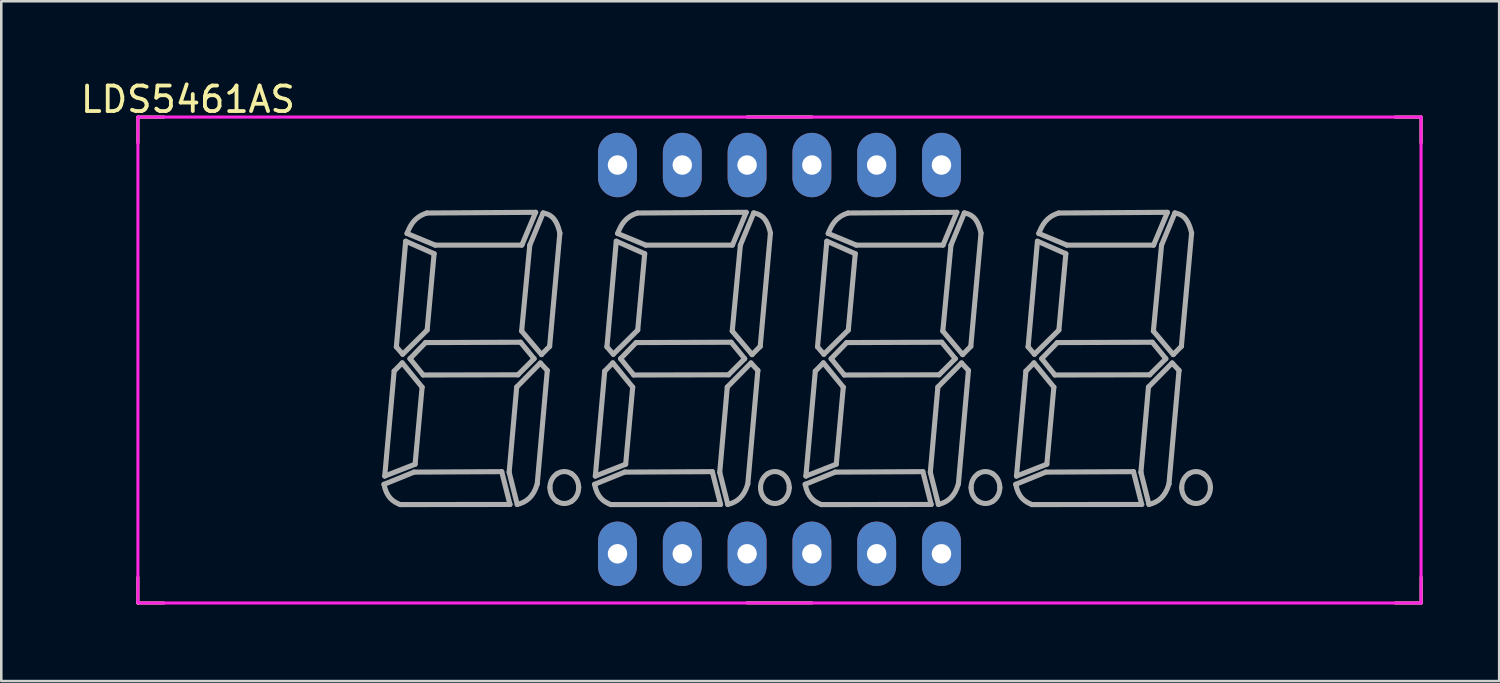
<source format=kicad_pcb>
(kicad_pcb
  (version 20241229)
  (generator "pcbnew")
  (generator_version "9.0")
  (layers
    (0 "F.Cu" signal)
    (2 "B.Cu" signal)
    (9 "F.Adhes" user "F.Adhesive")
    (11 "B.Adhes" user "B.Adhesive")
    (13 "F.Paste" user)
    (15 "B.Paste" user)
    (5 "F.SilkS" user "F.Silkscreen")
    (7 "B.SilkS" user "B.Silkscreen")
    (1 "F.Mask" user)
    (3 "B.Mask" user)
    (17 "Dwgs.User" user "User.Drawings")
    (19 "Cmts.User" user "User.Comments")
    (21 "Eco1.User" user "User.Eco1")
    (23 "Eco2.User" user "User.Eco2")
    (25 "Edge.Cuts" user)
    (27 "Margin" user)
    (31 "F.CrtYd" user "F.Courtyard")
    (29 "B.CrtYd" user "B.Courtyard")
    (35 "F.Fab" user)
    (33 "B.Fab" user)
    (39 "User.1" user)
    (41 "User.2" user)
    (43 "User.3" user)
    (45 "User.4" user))
  (footprint "LDS5461AS"
    (layer "F.Cu")
    (at 27.506 11.059)
    (property "Reference" "LDS5461AS" (at -23.19 -10.211 0) (layer "F.SilkS") (effects (font (size 1 1) (thickness 0.15))))
    (attr through_hole)
    (fp_line (start -25.151 9.53) (end -25.151 8.514) (stroke (width 0.12) (type solid)) (layer "F.SilkS"))
    (fp_line (start -25.151 9.53) (end -24.135 9.53) (stroke (width 0.12) (type solid)) (layer "F.SilkS"))
    (fp_line (start -25.149 -9.52) (end -25.149 -8.504) (stroke (width 0.12) (type solid)) (layer "F.SilkS"))
    (fp_line (start -25.149 -9.52) (end -24.133 -9.52) (stroke (width 0.12) (type solid)) (layer "F.SilkS"))
    (fp_line (start -1.27 -9.525) (end 1.27 -9.525) (stroke (width 0.12) (type solid)) (layer "F.SilkS"))
    (fp_line (start -1.27 9.525) (end 1.27 9.525) (stroke (width 0.12) (type solid)) (layer "F.SilkS"))
    (fp_line (start 25.151 -9.52) (end 24.135 -9.52) (stroke (width 0.12) (type solid)) (layer "F.SilkS"))
    (fp_line (start 25.151 -9.52) (end 25.151 -8.504) (stroke (width 0.12) (type solid)) (layer "F.SilkS"))
    (fp_line (start 25.154 9.53) (end 24.138 9.53) (stroke (width 0.12) (type solid)) (layer "F.SilkS"))
    (fp_line (start 25.154 9.53) (end 25.154 8.514) (stroke (width 0.12) (type solid)) (layer "F.SilkS"))
    (fp_line (start -25.15 -9.52) (end -25.15 9.48) (stroke (width 0.12) (type solid)) (layer "F.CrtYd"))
    (fp_line (start -25.15 -9.52) (end 25.15 -9.52) (stroke (width 0.12) (type solid)) (layer "F.CrtYd"))
    (fp_line (start -25.15 9.53) (end 25.15 9.53) (stroke (width 0.12) (type solid)) (layer "F.CrtYd"))
    (fp_line (start 25.15 -9.52) (end 25.15 9.53) (stroke (width 0.12) (type solid)) (layer "F.CrtYd"))
    (fp_line (start -15.474 4.553) (end -15.105 0.439) (stroke (width 0.2) (type solid)) (layer "F.Fab"))
    (fp_line (start -15.105 0.439) (end -14.789 0.116) (stroke (width 0.2) (type solid)) (layer "F.Fab"))
    (fp_line (start -15.019 -0.512) (end -14.77 -0.222) (stroke (width 0.2) (type solid)) (layer "F.Fab"))
    (fp_line (start -14.867 5.671) (end -10.564 5.666) (stroke (width 0.2) (type solid)) (layer "F.Fab"))
    (fp_line (start -14.789 0.116) (end -14.009 1.069) (stroke (width 0.2) (type solid)) (layer "F.Fab"))
    (fp_line (start -14.77 -0.222) (end -13.812 -1.17) (stroke (width 0.2) (type solid)) (layer "F.Fab"))
    (fp_line (start -14.653 -4.653) (end -15.019 -0.512) (stroke (width 0.2) (type solid)) (layer "F.Fab"))
    (fp_line (start -14.6 -4.956) (end -13.5 -4.5) (stroke (width 0.2) (type solid)) (layer "F.Fab"))
    (fp_line (start -14.485 -0.048) (end -13.968 0.591) (stroke (width 0.2) (type solid)) (layer "F.Fab"))
    (fp_line (start -14.325 4.398) (end -15.503 4.877) (stroke (width 0.2) (type solid)) (layer "F.Fab"))
    (fp_line (start -14.284 4.088) (end -15.474 4.553) (stroke (width 0.2) (type solid)) (layer "F.Fab"))
    (fp_line (start -14.009 1.069) (end -14.284 4.088) (stroke (width 0.2) (type solid)) (layer "F.Fab"))
    (fp_line (start -13.968 0.591) (end -10.252 0.584) (stroke (width 0.2) (type solid)) (layer "F.Fab"))
    (fp_line (start -13.875 -0.68) (end -14.485 -0.048) (stroke (width 0.2) (type solid)) (layer "F.Fab"))
    (fp_line (start -13.812 -1.17) (end -13.539 -4.163) (stroke (width 0.2) (type solid)) (layer "F.Fab"))
    (fp_line (start -13.539 -4.163) (end -14.653 -4.653) (stroke (width 0.2) (type solid)) (layer "F.Fab"))
    (fp_line (start -13.5 -4.5) (end -10.1 -4.5) (stroke (width 0.2) (type solid)) (layer "F.Fab"))
    (fp_line (start -10.888 4.38) (end -14.325 4.398) (stroke (width 0.2) (type solid)) (layer "F.Fab"))
    (fp_line (start -10.597 4.407) (end -10.301 1.064) (stroke (width 0.2) (type solid)) (layer "F.Fab"))
    (fp_line (start -10.564 5.666) (end -10.888 4.38) (stroke (width 0.2) (type solid)) (layer "F.Fab"))
    (fp_line (start -10.301 1.064) (end -9.373 0.12) (stroke (width 0.2) (type solid)) (layer "F.Fab"))
    (fp_line (start -10.281 5.666) (end -10.597 4.407) (stroke (width 0.2) (type solid)) (layer "F.Fab"))
    (fp_line (start -10.252 0.584) (end -9.619 -0.048) (stroke (width 0.2) (type solid)) (layer "F.Fab"))
    (fp_line (start -10.148 -0.693) (end -13.875 -0.68) (stroke (width 0.2) (type solid)) (layer "F.Fab"))
    (fp_line (start -10.107 -1.131) (end -9.329 -0.209) (stroke (width 0.2) (type solid)) (layer "F.Fab"))
    (fp_line (start -10.1 -4.5) (end -9.558 -5.786) (stroke (width 0.2) (type solid)) (layer "F.Fab"))
    (fp_line (start -9.788 -4.498) (end -10.107 -1.131) (stroke (width 0.2) (type solid)) (layer "F.Fab"))
    (fp_line (start -9.619 -0.048) (end -10.148 -0.693) (stroke (width 0.2) (type solid)) (layer "F.Fab"))
    (fp_line (start -9.558 -5.786) (end -13.82 -5.759) (stroke (width 0.2) (type solid)) (layer "F.Fab"))
    (fp_line (start -9.373 0.12) (end -9.102 0.412) (stroke (width 0.2) (type solid)) (layer "F.Fab"))
    (fp_line (start -9.329 -0.209) (end -9.01 -0.531) (stroke (width 0.2) (type solid)) (layer "F.Fab"))
    (fp_line (start -9.265 -5.762) (end -9.788 -4.498) (stroke (width 0.2) (type solid)) (layer "F.Fab"))
    (fp_line (start -9.102 0.412) (end -9.496 4.859) (stroke (width 0.2) (type solid)) (layer "F.Fab"))
    (fp_line (start -9.01 -0.531) (end -8.609 -4.969) (stroke (width 0.2) (type solid)) (layer "F.Fab"))
    (fp_line (start -7.219 4.553) (end -6.85 0.439) (stroke (width 0.2) (type solid)) (layer "F.Fab"))
    (fp_line (start -6.85 0.439) (end -6.534 0.116) (stroke (width 0.2) (type solid)) (layer "F.Fab"))
    (fp_line (start -6.764 -0.512) (end -6.515 -0.222) (stroke (width 0.2) (type solid)) (layer "F.Fab"))
    (fp_line (start -6.612 5.671) (end -2.309 5.666) (stroke (width 0.2) (type solid)) (layer "F.Fab"))
    (fp_line (start -6.534 0.116) (end -5.754 1.069) (stroke (width 0.2) (type solid)) (layer "F.Fab"))
    (fp_line (start -6.515 -0.222) (end -5.557 -1.17) (stroke (width 0.2) (type solid)) (layer "F.Fab"))
    (fp_line (start -6.398 -4.653) (end -6.764 -0.512) (stroke (width 0.2) (type solid)) (layer "F.Fab"))
    (fp_line (start -6.345 -4.956) (end -5.245 -4.5) (stroke (width 0.2) (type solid)) (layer "F.Fab"))
    (fp_line (start -6.23 -0.048) (end -5.713 0.591) (stroke (width 0.2) (type solid)) (layer "F.Fab"))
    (fp_line (start -6.07 4.398) (end -7.248 4.877) (stroke (width 0.2) (type solid)) (layer "F.Fab"))
    (fp_line (start -6.029 4.088) (end -7.219 4.553) (stroke (width 0.2) (type solid)) (layer "F.Fab"))
    (fp_line (start -5.754 1.069) (end -6.029 4.088) (stroke (width 0.2) (type solid)) (layer "F.Fab"))
    (fp_line (start -5.713 0.591) (end -1.997 0.584) (stroke (width 0.2) (type solid)) (layer "F.Fab"))
    (fp_line (start -5.62 -0.68) (end -6.23 -0.048) (stroke (width 0.2) (type solid)) (layer "F.Fab"))
    (fp_line (start -5.557 -1.17) (end -5.284 -4.163) (stroke (width 0.2) (type solid)) (layer "F.Fab"))
    (fp_line (start -5.284 -4.163) (end -6.398 -4.653) (stroke (width 0.2) (type solid)) (layer "F.Fab"))
    (fp_line (start -5.245 -4.5) (end -1.845 -4.5) (stroke (width 0.2) (type solid)) (layer "F.Fab"))
    (fp_line (start -2.633 4.38) (end -6.07 4.398) (stroke (width 0.2) (type solid)) (layer "F.Fab"))
    (fp_line (start -2.342 4.407) (end -2.046 1.064) (stroke (width 0.2) (type solid)) (layer "F.Fab"))
    (fp_line (start -2.309 5.666) (end -2.633 4.38) (stroke (width 0.2) (type solid)) (layer "F.Fab"))
    (fp_line (start -2.046 1.064) (end -1.118 0.12) (stroke (width 0.2) (type solid)) (layer "F.Fab"))
    (fp_line (start -2.026 5.666) (end -2.342 4.407) (stroke (width 0.2) (type solid)) (layer "F.Fab"))
    (fp_line (start -1.997 0.584) (end -1.364 -0.048) (stroke (width 0.2) (type solid)) (layer "F.Fab"))
    (fp_line (start -1.893 -0.693) (end -5.62 -0.68) (stroke (width 0.2) (type solid)) (layer "F.Fab"))
    (fp_line (start -1.852 -1.131) (end -1.074 -0.209) (stroke (width 0.2) (type solid)) (layer "F.Fab"))
    (fp_line (start -1.845 -4.5) (end -1.303 -5.786) (stroke (width 0.2) (type solid)) (layer "F.Fab"))
    (fp_line (start -1.533 -4.498) (end -1.852 -1.131) (stroke (width 0.2) (type solid)) (layer "F.Fab"))
    (fp_line (start -1.364 -0.048) (end -1.893 -0.693) (stroke (width 0.2) (type solid)) (layer "F.Fab"))
    (fp_line (start -1.303 -5.786) (end -5.565 -5.759) (stroke (width 0.2) (type solid)) (layer "F.Fab"))
    (fp_line (start -1.118 0.12) (end -0.847 0.412) (stroke (width 0.2) (type solid)) (layer "F.Fab"))
    (fp_line (start -1.074 -0.209) (end -0.755 -0.531) (stroke (width 0.2) (type solid)) (layer "F.Fab"))
    (fp_line (start -1.01 -5.762) (end -1.533 -4.498) (stroke (width 0.2) (type solid)) (layer "F.Fab"))
    (fp_line (start -0.847 0.412) (end -1.241 4.859) (stroke (width 0.2) (type solid)) (layer "F.Fab"))
    (fp_line (start -0.755 -0.531) (end -0.354 -4.969) (stroke (width 0.2) (type solid)) (layer "F.Fab"))
    (fp_line (start 1.036 4.553) (end 1.405 0.439) (stroke (width 0.2) (type solid)) (layer "F.Fab"))
    (fp_line (start 1.405 0.439) (end 1.721 0.116) (stroke (width 0.2) (type solid)) (layer "F.Fab"))
    (fp_line (start 1.491 -0.512) (end 1.74 -0.222) (stroke (width 0.2) (type solid)) (layer "F.Fab"))
    (fp_line (start 1.643 5.671) (end 5.946 5.666) (stroke (width 0.2) (type solid)) (layer "F.Fab"))
    (fp_line (start 1.721 0.116) (end 2.501 1.069) (stroke (width 0.2) (type solid)) (layer "F.Fab"))
    (fp_line (start 1.74 -0.222) (end 2.698 -1.17) (stroke (width 0.2) (type solid)) (layer "F.Fab"))
    (fp_line (start 1.857 -4.653) (end 1.491 -0.512) (stroke (width 0.2) (type solid)) (layer "F.Fab"))
    (fp_line (start 1.91 -4.956) (end 3.01 -4.5) (stroke (width 0.2) (type solid)) (layer "F.Fab"))
    (fp_line (start 2.025 -0.048) (end 2.542 0.591) (stroke (width 0.2) (type solid)) (layer "F.Fab"))
    (fp_line (start 2.185 4.398) (end 1.007 4.877) (stroke (width 0.2) (type solid)) (layer "F.Fab"))
    (fp_line (start 2.226 4.088) (end 1.036 4.553) (stroke (width 0.2) (type solid)) (layer "F.Fab"))
    (fp_line (start 2.501 1.069) (end 2.226 4.088) (stroke (width 0.2) (type solid)) (layer "F.Fab"))
    (fp_line (start 2.542 0.591) (end 6.258 0.584) (stroke (width 0.2) (type solid)) (layer "F.Fab"))
    (fp_line (start 2.635 -0.68) (end 2.025 -0.048) (stroke (width 0.2) (type solid)) (layer "F.Fab"))
    (fp_line (start 2.698 -1.17) (end 2.971 -4.163) (stroke (width 0.2) (type solid)) (layer "F.Fab"))
    (fp_line (start 2.971 -4.163) (end 1.857 -4.653) (stroke (width 0.2) (type solid)) (layer "F.Fab"))
    (fp_line (start 3.01 -4.5) (end 6.41 -4.5) (stroke (width 0.2) (type solid)) (layer "F.Fab"))
    (fp_line (start 5.622 4.38) (end 2.185 4.398) (stroke (width 0.2) (type solid)) (layer "F.Fab"))
    (fp_line (start 5.913 4.407) (end 6.209 1.064) (stroke (width 0.2) (type solid)) (layer "F.Fab"))
    (fp_line (start 5.946 5.666) (end 5.622 4.38) (stroke (width 0.2) (type solid)) (layer "F.Fab"))
    (fp_line (start 6.209 1.064) (end 7.137 0.12) (stroke (width 0.2) (type solid)) (layer "F.Fab"))
    (fp_line (start 6.229 5.666) (end 5.913 4.407) (stroke (width 0.2) (type solid)) (layer "F.Fab"))
    (fp_line (start 6.258 0.584) (end 6.891 -0.048) (stroke (width 0.2) (type solid)) (layer "F.Fab"))
    (fp_line (start 6.362 -0.693) (end 2.635 -0.68) (stroke (width 0.2) (type solid)) (layer "F.Fab"))
    (fp_line (start 6.403 -1.131) (end 7.181 -0.209) (stroke (width 0.2) (type solid)) (layer "F.Fab"))
    (fp_line (start 6.41 -4.5) (end 6.952 -5.786) (stroke (width 0.2) (type solid)) (layer "F.Fab"))
    (fp_line (start 6.722 -4.498) (end 6.403 -1.131) (stroke (width 0.2) (type solid)) (layer "F.Fab"))
    (fp_line (start 6.891 -0.048) (end 6.362 -0.693) (stroke (width 0.2) (type solid)) (layer "F.Fab"))
    (fp_line (start 6.952 -5.786) (end 2.69 -5.759) (stroke (width 0.2) (type solid)) (layer "F.Fab"))
    (fp_line (start 7.137 0.12) (end 7.408 0.412) (stroke (width 0.2) (type solid)) (layer "F.Fab"))
    (fp_line (start 7.181 -0.209) (end 7.5 -0.531) (stroke (width 0.2) (type solid)) (layer "F.Fab"))
    (fp_line (start 7.245 -5.762) (end 6.722 -4.498) (stroke (width 0.2) (type solid)) (layer "F.Fab"))
    (fp_line (start 7.408 0.412) (end 7.014 4.859) (stroke (width 0.2) (type solid)) (layer "F.Fab"))
    (fp_line (start 7.5 -0.531) (end 7.901 -4.969) (stroke (width 0.2) (type solid)) (layer "F.Fab"))
    (fp_line (start 9.291 4.553) (end 9.66 0.439) (stroke (width 0.2) (type solid)) (layer "F.Fab"))
    (fp_line (start 9.66 0.439) (end 9.976 0.116) (stroke (width 0.2) (type solid)) (layer "F.Fab"))
    (fp_line (start 9.746 -0.512) (end 9.995 -0.222) (stroke (width 0.2) (type solid)) (layer "F.Fab"))
    (fp_line (start 9.898 5.671) (end 14.201 5.666) (stroke (width 0.2) (type solid)) (layer "F.Fab"))
    (fp_line (start 9.976 0.116) (end 10.756 1.069) (stroke (width 0.2) (type solid)) (layer "F.Fab"))
    (fp_line (start 9.995 -0.222) (end 10.953 -1.17) (stroke (width 0.2) (type solid)) (layer "F.Fab"))
    (fp_line (start 10.112 -4.653) (end 9.746 -0.512) (stroke (width 0.2) (type solid)) (layer "F.Fab"))
    (fp_line (start 10.165 -4.956) (end 11.265 -4.5) (stroke (width 0.2) (type solid)) (layer "F.Fab"))
    (fp_line (start 10.28 -0.048) (end 10.797 0.591) (stroke (width 0.2) (type solid)) (layer "F.Fab"))
    (fp_line (start 10.44 4.398) (end 9.262 4.877) (stroke (width 0.2) (type solid)) (layer "F.Fab"))
    (fp_line (start 10.481 4.088) (end 9.291 4.553) (stroke (width 0.2) (type solid)) (layer "F.Fab"))
    (fp_line (start 10.756 1.069) (end 10.481 4.088) (stroke (width 0.2) (type solid)) (layer "F.Fab"))
    (fp_line (start 10.797 0.591) (end 14.513 0.584) (stroke (width 0.2) (type solid)) (layer "F.Fab"))
    (fp_line (start 10.89 -0.68) (end 10.28 -0.048) (stroke (width 0.2) (type solid)) (layer "F.Fab"))
    (fp_line (start 10.953 -1.17) (end 11.226 -4.163) (stroke (width 0.2) (type solid)) (layer "F.Fab"))
    (fp_line (start 11.226 -4.163) (end 10.112 -4.653) (stroke (width 0.2) (type solid)) (layer "F.Fab"))
    (fp_line (start 11.265 -4.5) (end 14.665 -4.5) (stroke (width 0.2) (type solid)) (layer "F.Fab"))
    (fp_line (start 13.877 4.38) (end 10.44 4.398) (stroke (width 0.2) (type solid)) (layer "F.Fab"))
    (fp_line (start 14.168 4.407) (end 14.464 1.064) (stroke (width 0.2) (type solid)) (layer "F.Fab"))
    (fp_line (start 14.201 5.666) (end 13.877 4.38) (stroke (width 0.2) (type solid)) (layer "F.Fab"))
    (fp_line (start 14.464 1.064) (end 15.392 0.12) (stroke (width 0.2) (type solid)) (layer "F.Fab"))
    (fp_line (start 14.484 5.666) (end 14.168 4.407) (stroke (width 0.2) (type solid)) (layer "F.Fab"))
    (fp_line (start 14.513 0.584) (end 15.146 -0.048) (stroke (width 0.2) (type solid)) (layer "F.Fab"))
    (fp_line (start 14.617 -0.693) (end 10.89 -0.68) (stroke (width 0.2) (type solid)) (layer "F.Fab"))
    (fp_line (start 14.658 -1.131) (end 15.436 -0.209) (stroke (width 0.2) (type solid)) (layer "F.Fab"))
    (fp_line (start 14.665 -4.5) (end 15.207 -5.786) (stroke (width 0.2) (type solid)) (layer "F.Fab"))
    (fp_line (start 14.977 -4.498) (end 14.658 -1.131) (stroke (width 0.2) (type solid)) (layer "F.Fab"))
    (fp_line (start 15.146 -0.048) (end 14.617 -0.693) (stroke (width 0.2) (type solid)) (layer "F.Fab"))
    (fp_line (start 15.207 -5.786) (end 10.945 -5.759) (stroke (width 0.2) (type solid)) (layer "F.Fab"))
    (fp_line (start 15.392 0.12) (end 15.663 0.412) (stroke (width 0.2) (type solid)) (layer "F.Fab"))
    (fp_line (start 15.436 -0.209) (end 15.755 -0.531) (stroke (width 0.2) (type solid)) (layer "F.Fab"))
    (fp_line (start 15.5 -5.762) (end 14.977 -4.498) (stroke (width 0.2) (type solid)) (layer "F.Fab"))
    (fp_line (start 15.663 0.412) (end 15.269 4.859) (stroke (width 0.2) (type solid)) (layer "F.Fab"))
    (fp_line (start 15.755 -0.531) (end 16.156 -4.969) (stroke (width 0.2) (type solid)) (layer "F.Fab"))
    (fp_curve (pts (xy -15.503 4.877) (xy -15.404 5.386) (xy -15.15 5.559) (xy -14.867 5.671)) (stroke (width 0.2) (type solid)) (layer "F.Fab"))
    (fp_curve (pts (xy -13.82 -5.759) (xy -14.313 -5.603) (xy -14.467 -5.285) (xy -14.6 -4.956)) (stroke (width 0.2) (type solid)) (layer "F.Fab"))
    (fp_curve (pts (xy -9.496 4.859) (xy -9.649 5.39) (xy -9.943 5.582) (xy -10.281 5.666)) (stroke (width 0.2) (type solid)) (layer "F.Fab"))
    (fp_curve (pts (xy -8.998 5.003) (xy -8.998 4.779) (xy -8.891 4.573) (xy -8.716 4.461)) (stroke (width 0.2) (type solid)) (layer "F.Fab"))
    (fp_curve (pts (xy -8.716 4.461) (xy -8.542 4.349) (xy -8.327 4.349) (xy -8.153 4.461)) (stroke (width 0.2) (type solid)) (layer "F.Fab"))
    (fp_curve (pts (xy -8.716 5.545) (xy -8.891 5.433) (xy -8.998 5.226) (xy -8.998 5.003)) (stroke (width 0.2) (type solid)) (layer "F.Fab"))
    (fp_curve (pts (xy -8.609 -4.969) (xy -8.759 -5.645) (xy -9.05 -5.715) (xy -9.265 -5.762)) (stroke (width 0.2) (type solid)) (layer "F.Fab"))
    (fp_curve (pts (xy -8.153 4.461) (xy -7.979 4.573) (xy -7.872 4.779) (xy -7.872 5.003)) (stroke (width 0.2) (type solid)) (layer "F.Fab"))
    (fp_curve (pts (xy -8.153 5.545) (xy -8.327 5.656) (xy -8.542 5.656) (xy -8.716 5.545)) (stroke (width 0.2) (type solid)) (layer "F.Fab"))
    (fp_curve (pts (xy -7.872 5.003) (xy -7.872 5.226) (xy -7.979 5.433) (xy -8.153 5.545)) (stroke (width 0.2) (type solid)) (layer "F.Fab"))
    (fp_curve (pts (xy -7.248 4.877) (xy -7.149 5.386) (xy -6.895 5.559) (xy -6.612 5.671)) (stroke (width 0.2) (type solid)) (layer "F.Fab"))
    (fp_curve (pts (xy -5.565 -5.759) (xy -6.058 -5.603) (xy -6.212 -5.285) (xy -6.345 -4.956)) (stroke (width 0.2) (type solid)) (layer "F.Fab"))
    (fp_curve (pts (xy -1.241 4.859) (xy -1.394 5.39) (xy -1.688 5.582) (xy -2.026 5.666)) (stroke (width 0.2) (type solid)) (layer "F.Fab"))
    (fp_curve (pts (xy -0.743 5.003) (xy -0.743 4.779) (xy -0.636 4.573) (xy -0.461 4.461)) (stroke (width 0.2) (type solid)) (layer "F.Fab"))
    (fp_curve (pts (xy -0.461 4.461) (xy -0.287 4.349) (xy -0.072 4.349) (xy 0.102 4.461)) (stroke (width 0.2) (type solid)) (layer "F.Fab"))
    (fp_curve (pts (xy -0.461 5.545) (xy -0.636 5.433) (xy -0.743 5.226) (xy -0.743 5.003)) (stroke (width 0.2) (type solid)) (layer "F.Fab"))
    (fp_curve (pts (xy -0.354 -4.969) (xy -0.504 -5.645) (xy -0.795 -5.715) (xy -1.01 -5.762)) (stroke (width 0.2) (type solid)) (layer "F.Fab"))
    (fp_curve (pts (xy 0.102 4.461) (xy 0.276 4.573) (xy 0.383 4.779) (xy 0.383 5.003)) (stroke (width 0.2) (type solid)) (layer "F.Fab"))
    (fp_curve (pts (xy 0.102 5.545) (xy -0.072 5.656) (xy -0.287 5.656) (xy -0.461 5.545)) (stroke (width 0.2) (type solid)) (layer "F.Fab"))
    (fp_curve (pts (xy 0.383 5.003) (xy 0.383 5.226) (xy 0.276 5.433) (xy 0.102 5.545)) (stroke (width 0.2) (type solid)) (layer "F.Fab"))
    (fp_curve (pts (xy 1.007 4.877) (xy 1.106 5.386) (xy 1.36 5.559) (xy 1.643 5.671)) (stroke (width 0.2) (type solid)) (layer "F.Fab"))
    (fp_curve (pts (xy 2.69 -5.759) (xy 2.197 -5.603) (xy 2.043 -5.285) (xy 1.91 -4.956)) (stroke (width 0.2) (type solid)) (layer "F.Fab"))
    (fp_curve (pts (xy 7.014 4.859) (xy 6.861 5.39) (xy 6.567 5.582) (xy 6.229 5.666)) (stroke (width 0.2) (type solid)) (layer "F.Fab"))
    (fp_curve (pts (xy 7.512 5.003) (xy 7.512 4.779) (xy 7.619 4.573) (xy 7.794 4.461)) (stroke (width 0.2) (type solid)) (layer "F.Fab"))
    (fp_curve (pts (xy 7.794 4.461) (xy 7.968 4.349) (xy 8.183 4.349) (xy 8.357 4.461)) (stroke (width 0.2) (type solid)) (layer "F.Fab"))
    (fp_curve (pts (xy 7.794 5.545) (xy 7.619 5.433) (xy 7.512 5.226) (xy 7.512 5.003)) (stroke (width 0.2) (type solid)) (layer "F.Fab"))
    (fp_curve (pts (xy 7.901 -4.969) (xy 7.751 -5.645) (xy 7.46 -5.715) (xy 7.245 -5.762)) (stroke (width 0.2) (type solid)) (layer "F.Fab"))
    (fp_curve (pts (xy 8.357 4.461) (xy 8.531 4.573) (xy 8.638 4.779) (xy 8.638 5.003)) (stroke (width 0.2) (type solid)) (layer "F.Fab"))
    (fp_curve (pts (xy 8.357 5.545) (xy 8.183 5.656) (xy 7.968 5.656) (xy 7.794 5.545)) (stroke (width 0.2) (type solid)) (layer "F.Fab"))
    (fp_curve (pts (xy 8.638 5.003) (xy 8.638 5.226) (xy 8.531 5.433) (xy 8.357 5.545)) (stroke (width 0.2) (type solid)) (layer "F.Fab"))
    (fp_curve (pts (xy 9.262 4.877) (xy 9.361 5.386) (xy 9.615 5.559) (xy 9.898 5.671)) (stroke (width 0.2) (type solid)) (layer "F.Fab"))
    (fp_curve (pts (xy 10.945 -5.759) (xy 10.452 -5.603) (xy 10.298 -5.285) (xy 10.165 -4.956)) (stroke (width 0.2) (type solid)) (layer "F.Fab"))
    (fp_curve (pts (xy 15.269 4.859) (xy 15.116 5.39) (xy 14.822 5.582) (xy 14.484 5.666)) (stroke (width 0.2) (type solid)) (layer "F.Fab"))
    (fp_curve (pts (xy 15.767 5.003) (xy 15.767 4.779) (xy 15.874 4.573) (xy 16.049 4.461)) (stroke (width 0.2) (type solid)) (layer "F.Fab"))
    (fp_curve (pts (xy 16.049 4.461) (xy 16.223 4.349) (xy 16.438 4.349) (xy 16.612 4.461)) (stroke (width 0.2) (type solid)) (layer "F.Fab"))
    (fp_curve (pts (xy 16.049 5.545) (xy 15.874 5.433) (xy 15.767 5.226) (xy 15.767 5.003)) (stroke (width 0.2) (type solid)) (layer "F.Fab"))
    (fp_curve (pts (xy 16.156 -4.969) (xy 16.006 -5.645) (xy 15.715 -5.715) (xy 15.5 -5.762)) (stroke (width 0.2) (type solid)) (layer "F.Fab"))
    (fp_curve (pts (xy 16.612 4.461) (xy 16.786 4.573) (xy 16.893 4.779) (xy 16.893 5.003)) (stroke (width 0.2) (type solid)) (layer "F.Fab"))
    (fp_curve (pts (xy 16.612 5.545) (xy 16.438 5.656) (xy 16.223 5.656) (xy 16.049 5.545)) (stroke (width 0.2) (type solid)) (layer "F.Fab"))
    (fp_curve (pts (xy 16.893 5.003) (xy 16.893 5.226) (xy 16.786 5.433) (xy 16.612 5.545)) (stroke (width 0.2) (type solid)) (layer "F.Fab"))
    (pad "1" thru_hole oval (at -6.35 7.6) (size 1.524 2.524) (drill 0.762) (layers "*.Cu" "*.Mask"))
    (pad "2" thru_hole oval (at -3.81 7.6) (size 1.524 2.524) (drill 0.762) (layers "*.Cu" "*.Mask"))
    (pad "3" thru_hole oval (at -1.27 7.6) (size 1.524 2.524) (drill 0.762) (layers "*.Cu" "*.Mask"))
    (pad "4" thru_hole oval (at 1.27 7.6) (size 1.524 2.524) (drill 0.762) (layers "*.Cu" "*.Mask"))
    (pad "5" thru_hole oval (at 3.81 7.6) (size 1.524 2.524) (drill 0.762) (layers "*.Cu" "*.Mask"))
    (pad "6" thru_hole oval (at 6.35 7.6) (size 1.524 2.524) (drill 0.762) (layers "*.Cu" "*.Mask"))
    (pad "7" thru_hole oval (at 6.35 -7.64) (size 1.524 2.524) (drill 0.762) (layers "*.Cu" "*.Mask"))
    (pad "8" thru_hole oval (at 3.81 -7.64) (size 1.524 2.524) (drill 0.762) (layers "*.Cu" "*.Mask"))
    (pad "9" thru_hole oval (at 1.27 -7.64) (size 1.524 2.524) (drill 0.762) (layers "*.Cu" "*.Mask"))
    (pad "10" thru_hole oval (at -1.27 -7.64) (size 1.524 2.524) (drill 0.762) (layers "*.Cu" "*.Mask"))
    (pad "11" thru_hole oval (at -3.81 -7.64) (size 1.524 2.524) (drill 0.762) (layers "*.Cu" "*.Mask"))
    (pad "12" thru_hole oval (at -6.35 -7.64) (size 1.524 2.524) (drill 0.762) (layers "*.Cu" "*.Mask")))
  (gr_rect
    (start -3 -3)
    (end 55.719 23.649)
    (stroke (width 0.1) (type default))
    (fill no)
    (layer "Edge.Cuts")))
</source>
